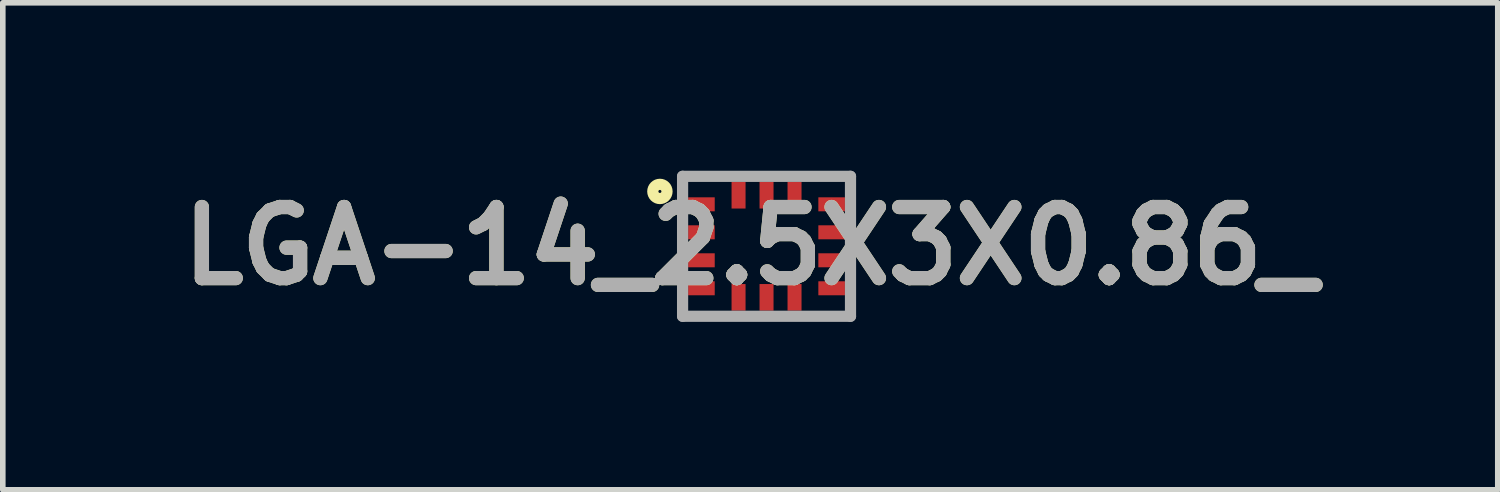
<source format=kicad_pcb>
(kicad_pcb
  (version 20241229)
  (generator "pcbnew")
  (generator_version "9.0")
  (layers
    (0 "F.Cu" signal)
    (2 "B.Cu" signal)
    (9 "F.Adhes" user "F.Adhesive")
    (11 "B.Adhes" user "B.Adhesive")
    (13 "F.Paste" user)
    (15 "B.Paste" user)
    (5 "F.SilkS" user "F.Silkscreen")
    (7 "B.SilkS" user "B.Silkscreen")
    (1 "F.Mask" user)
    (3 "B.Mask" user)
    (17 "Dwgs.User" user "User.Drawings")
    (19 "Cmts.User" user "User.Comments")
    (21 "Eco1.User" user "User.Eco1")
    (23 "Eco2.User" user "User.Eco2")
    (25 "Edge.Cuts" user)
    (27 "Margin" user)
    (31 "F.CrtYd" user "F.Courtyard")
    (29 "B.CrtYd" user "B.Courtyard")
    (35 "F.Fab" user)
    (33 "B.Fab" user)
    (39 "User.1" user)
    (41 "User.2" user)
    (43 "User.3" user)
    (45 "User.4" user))
  (footprint "LGA-14_2.5X3X0.86_"
    (layer "F.Cu")
    (at 10.644 1.35)
    (property "Reference" "LGA-14_2.5X3X0.86_" (at -0.29 -0.006 0) (layer "F.SilkS") (effects (font (size 1.27 1.27) (thickness 0.254))))
    (attr smd)
    (fp_circle (center -1.905 -0.98) (end -1.905 -0.953) (stroke (width 0.2) (type solid)) (fill no) (layer "F.SilkS"))
    (fp_line (start -1.5 -1.25) (end 1.5 -1.25) (stroke (width 0.2) (type solid)) (layer "F.Fab"))
    (fp_line (start -1.5 1.25) (end -1.5 -1.25) (stroke (width 0.2) (type solid)) (layer "F.Fab"))
    (fp_line (start 1.5 -1.25) (end 1.5 1.25) (stroke (width 0.2) (type solid)) (layer "F.Fab"))
    (fp_line (start 1.5 1.25) (end -1.5 1.25) (stroke (width 0.2) (type solid)) (layer "F.Fab"))
    (fp_text user "${REFERENCE}" (at -0.29 -0.006 0) (layer "F.Fab") (effects (font (size 1.27 1.27) (thickness 0.254))))
    (pad "1" smd rect (at -1.163 -0.75 90) (size 0.25 0.475) (layers "F.Cu" "F.Mask" "F.Paste"))
    (pad "2" smd rect (at -1.163 -0.25 90) (size 0.25 0.475) (layers "F.Cu" "F.Mask" "F.Paste"))
    (pad "3" smd rect (at -1.163 0.25 90) (size 0.25 0.475) (layers "F.Cu" "F.Mask" "F.Paste"))
    (pad "4" smd rect (at -1.163 0.75 90) (size 0.25 0.475) (layers "F.Cu" "F.Mask" "F.Paste"))
    (pad "5" smd rect (at -0.5 0.912) (size 0.25 0.475) (layers "F.Cu" "F.Mask" "F.Paste"))
    (pad "6" smd rect (at 0 0.912) (size 0.25 0.475) (layers "F.Cu" "F.Mask" "F.Paste"))
    (pad "7" smd rect (at 0.5 0.912) (size 0.25 0.475) (layers "F.Cu" "F.Mask" "F.Paste"))
    (pad "8" smd rect (at 1.163 0.75 90) (size 0.25 0.475) (layers "F.Cu" "F.Mask" "F.Paste"))
    (pad "9" smd rect (at 1.163 0.25 90) (size 0.25 0.475) (layers "F.Cu" "F.Mask" "F.Paste"))
    (pad "10" smd rect (at 1.163 -0.25 90) (size 0.25 0.475) (layers "F.Cu" "F.Mask" "F.Paste"))
    (pad "11" smd rect (at 1.163 -0.75 90) (size 0.25 0.475) (layers "F.Cu" "F.Mask" "F.Paste"))
    (pad "12" smd rect (at 0.5 -0.912) (size 0.25 0.475) (layers "F.Cu" "F.Mask" "F.Paste"))
    (pad "13" smd rect (at 0 -0.912) (size 0.25 0.475) (layers "F.Cu" "F.Mask" "F.Paste"))
    (pad "14" smd rect (at -0.5 -0.912) (size 0.25 0.475) (layers "F.Cu" "F.Mask" "F.Paste")))
  (gr_rect
    (start -3 -3)
    (end 23.707 5.7)
    (stroke (width 0.1) (type default))
    (fill no)
    (layer "Edge.Cuts")))
</source>
